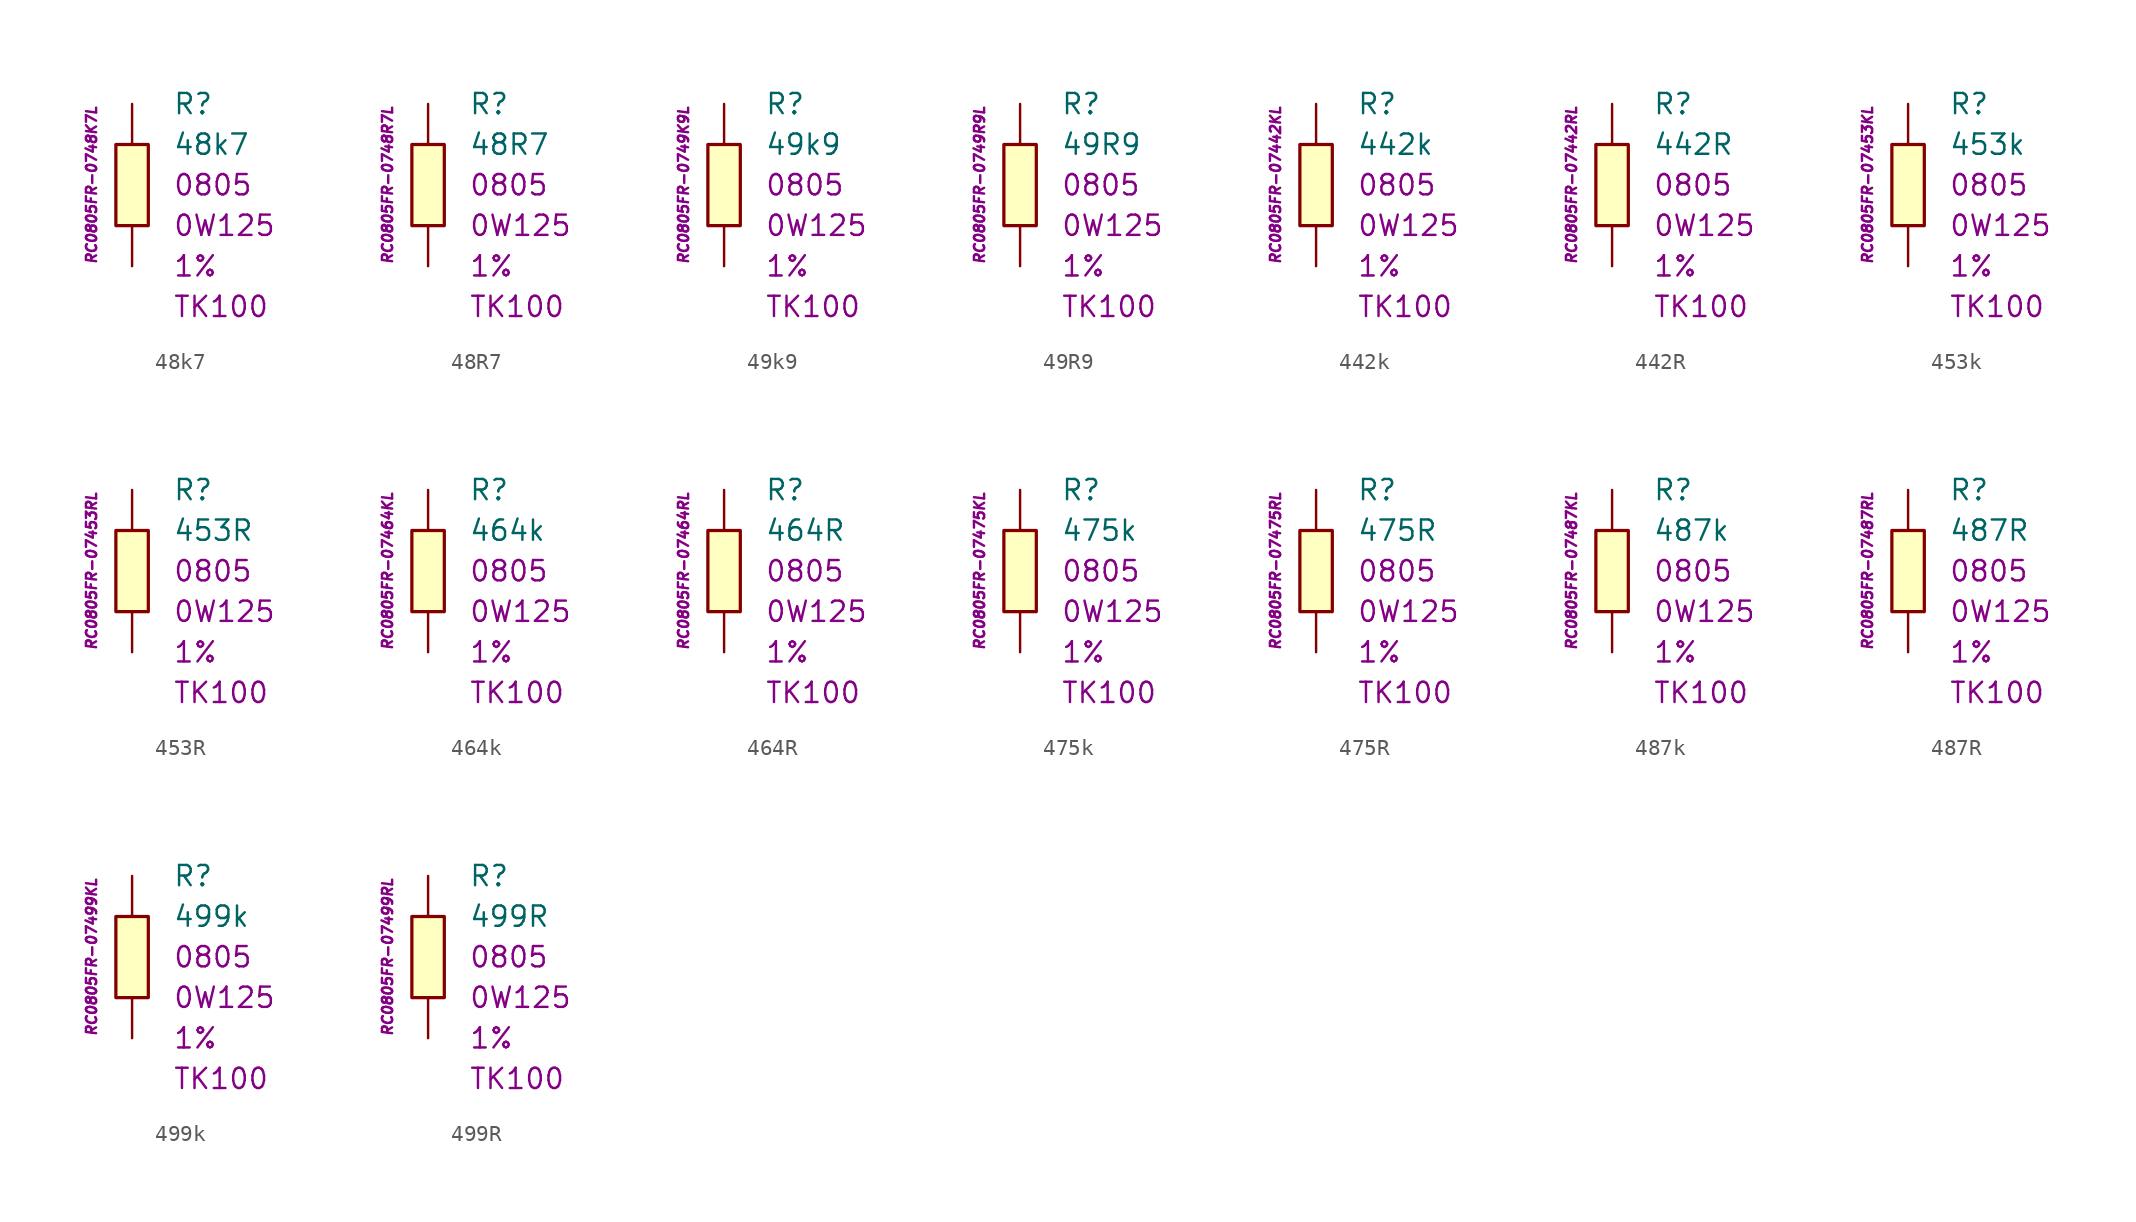
<source format=kicad_sym>
(kicad_symbol_lib
  (version 20201005)
  (generator kicad_symbol_editor)
  (symbol "48k7"
    (pin_numbers hide)
    (pin_names
      (offset 1.016) hide)
    (property "Reference" "R"
      (at 2.54 5.08 0)
      (effects (font (size 1.27 1.27)) (justify left)))
    (property "Value" "48k7"
      (at 2.54 2.54 0)
      (effects (font (size 1.27 1.27)) (justify left)))
    (property "Package" "0805"
      (at 2.54 0 0)
      (effects (font (size 1.27 1.27)) (justify left)))
    (property "Power" "0W125"
      (at 2.54 -2.54 0)
      (effects (font (size 1.27 1.27)) (justify left)))
    (property "Tolerance" "1%"
      (at 2.54 -5.08 0)
      (effects (font (size 1.27 1.27)) (justify left)))
    (property "TK" "TK100"
      (at 2.54 -7.62 0)
      (effects (font (size 1.27 1.27)) (justify left)))
    (property "ID" "RC0805FR-0748K7L"
      (at -2.54 0 90)
      (effects (font (size 0.635 0.635) italic)))
    (symbol "48k7_0_1"
      (rectangle (start -1.016 2.54) (end 1.016 -2.54) (stroke (width 0.203)) (fill (type background))))
    (symbol "48k7_1_1"
      (pin passive line (at 0 5.08 270) (length 2.54) (name "~" (effects (font (size 1.778 1.778)))) (number "1" (effects (font (size 1.778 1.778)))))
      (pin passive line (at 0 -5.08 90) (length 2.54) (name "~" (effects (font (size 1.778 1.778)))) (number "2" (effects (font (size 1.778 1.778)))))))
  (symbol "48R7"
    (pin_numbers hide)
    (pin_names
      (offset 1.016) hide)
    (property "Reference" "R"
      (at 2.54 5.08 0)
      (effects (font (size 1.27 1.27)) (justify left)))
    (property "Value" "48R7"
      (at 2.54 2.54 0)
      (effects (font (size 1.27 1.27)) (justify left)))
    (property "Package" "0805"
      (at 2.54 0 0)
      (effects (font (size 1.27 1.27)) (justify left)))
    (property "Power" "0W125"
      (at 2.54 -2.54 0)
      (effects (font (size 1.27 1.27)) (justify left)))
    (property "Tolerance" "1%"
      (at 2.54 -5.08 0)
      (effects (font (size 1.27 1.27)) (justify left)))
    (property "TK" "TK100"
      (at 2.54 -7.62 0)
      (effects (font (size 1.27 1.27)) (justify left)))
    (property "ID" "RC0805FR-0748R7L"
      (at -2.54 0 90)
      (effects (font (size 0.635 0.635) italic)))
    (symbol "48R7_0_1"
      (rectangle (start -1.016 2.54) (end 1.016 -2.54) (stroke (width 0.203)) (fill (type background))))
    (symbol "48R7_1_1"
      (pin passive line (at 0 5.08 270) (length 2.54) (name "~" (effects (font (size 1.778 1.778)))) (number "1" (effects (font (size 1.778 1.778)))))
      (pin passive line (at 0 -5.08 90) (length 2.54) (name "~" (effects (font (size 1.778 1.778)))) (number "2" (effects (font (size 1.778 1.778)))))))
  (symbol "49k9"
    (pin_numbers hide)
    (pin_names
      (offset 1.016) hide)
    (property "Reference" "R"
      (at 2.54 5.08 0)
      (effects (font (size 1.27 1.27)) (justify left)))
    (property "Value" "49k9"
      (at 2.54 2.54 0)
      (effects (font (size 1.27 1.27)) (justify left)))
    (property "Package" "0805"
      (at 2.54 0 0)
      (effects (font (size 1.27 1.27)) (justify left)))
    (property "Power" "0W125"
      (at 2.54 -2.54 0)
      (effects (font (size 1.27 1.27)) (justify left)))
    (property "Tolerance" "1%"
      (at 2.54 -5.08 0)
      (effects (font (size 1.27 1.27)) (justify left)))
    (property "TK" "TK100"
      (at 2.54 -7.62 0)
      (effects (font (size 1.27 1.27)) (justify left)))
    (property "ID" "RC0805FR-0749K9L"
      (at -2.54 0 90)
      (effects (font (size 0.635 0.635) italic)))
    (symbol "49k9_0_1"
      (rectangle (start -1.016 2.54) (end 1.016 -2.54) (stroke (width 0.203)) (fill (type background))))
    (symbol "49k9_1_1"
      (pin passive line (at 0 5.08 270) (length 2.54) (name "~" (effects (font (size 1.778 1.778)))) (number "1" (effects (font (size 1.778 1.778)))))
      (pin passive line (at 0 -5.08 90) (length 2.54) (name "~" (effects (font (size 1.778 1.778)))) (number "2" (effects (font (size 1.778 1.778)))))))
  (symbol "49R9"
    (pin_numbers hide)
    (pin_names
      (offset 1.016) hide)
    (property "Reference" "R"
      (at 2.54 5.08 0)
      (effects (font (size 1.27 1.27)) (justify left)))
    (property "Value" "49R9"
      (at 2.54 2.54 0)
      (effects (font (size 1.27 1.27)) (justify left)))
    (property "Package" "0805"
      (at 2.54 0 0)
      (effects (font (size 1.27 1.27)) (justify left)))
    (property "Power" "0W125"
      (at 2.54 -2.54 0)
      (effects (font (size 1.27 1.27)) (justify left)))
    (property "Tolerance" "1%"
      (at 2.54 -5.08 0)
      (effects (font (size 1.27 1.27)) (justify left)))
    (property "TK" "TK100"
      (at 2.54 -7.62 0)
      (effects (font (size 1.27 1.27)) (justify left)))
    (property "ID" "RC0805FR-0749R9L"
      (at -2.54 0 90)
      (effects (font (size 0.635 0.635) italic)))
    (symbol "49R9_0_1"
      (rectangle (start -1.016 2.54) (end 1.016 -2.54) (stroke (width 0.203)) (fill (type background))))
    (symbol "49R9_1_1"
      (pin passive line (at 0 5.08 270) (length 2.54) (name "~" (effects (font (size 1.778 1.778)))) (number "1" (effects (font (size 1.778 1.778)))))
      (pin passive line (at 0 -5.08 90) (length 2.54) (name "~" (effects (font (size 1.778 1.778)))) (number "2" (effects (font (size 1.778 1.778)))))))
  (symbol "442k"
    (pin_numbers hide)
    (pin_names
      (offset 1.016) hide)
    (property "Reference" "R"
      (at 2.54 5.08 0)
      (effects (font (size 1.27 1.27)) (justify left)))
    (property "Value" "442k"
      (at 2.54 2.54 0)
      (effects (font (size 1.27 1.27)) (justify left)))
    (property "Package" "0805"
      (at 2.54 0 0)
      (effects (font (size 1.27 1.27)) (justify left)))
    (property "Power" "0W125"
      (at 2.54 -2.54 0)
      (effects (font (size 1.27 1.27)) (justify left)))
    (property "Tolerance" "1%"
      (at 2.54 -5.08 0)
      (effects (font (size 1.27 1.27)) (justify left)))
    (property "TK" "TK100"
      (at 2.54 -7.62 0)
      (effects (font (size 1.27 1.27)) (justify left)))
    (property "ID" "RC0805FR-07442KL"
      (at -2.54 0 90)
      (effects (font (size 0.635 0.635) italic)))
    (symbol "442k_0_1"
      (rectangle (start -1.016 2.54) (end 1.016 -2.54) (stroke (width 0.203)) (fill (type background))))
    (symbol "442k_1_1"
      (pin passive line (at 0 5.08 270) (length 2.54) (name "~" (effects (font (size 1.778 1.778)))) (number "1" (effects (font (size 1.778 1.778)))))
      (pin passive line (at 0 -5.08 90) (length 2.54) (name "~" (effects (font (size 1.778 1.778)))) (number "2" (effects (font (size 1.778 1.778)))))))
  (symbol "442R"
    (pin_numbers hide)
    (pin_names
      (offset 1.016) hide)
    (property "Reference" "R"
      (at 2.54 5.08 0)
      (effects (font (size 1.27 1.27)) (justify left)))
    (property "Value" "442R"
      (at 2.54 2.54 0)
      (effects (font (size 1.27 1.27)) (justify left)))
    (property "Package" "0805"
      (at 2.54 0 0)
      (effects (font (size 1.27 1.27)) (justify left)))
    (property "Power" "0W125"
      (at 2.54 -2.54 0)
      (effects (font (size 1.27 1.27)) (justify left)))
    (property "Tolerance" "1%"
      (at 2.54 -5.08 0)
      (effects (font (size 1.27 1.27)) (justify left)))
    (property "TK" "TK100"
      (at 2.54 -7.62 0)
      (effects (font (size 1.27 1.27)) (justify left)))
    (property "ID" "RC0805FR-07442RL"
      (at -2.54 0 90)
      (effects (font (size 0.635 0.635) italic)))
    (symbol "442R_0_1"
      (rectangle (start -1.016 2.54) (end 1.016 -2.54) (stroke (width 0.203)) (fill (type background))))
    (symbol "442R_1_1"
      (pin passive line (at 0 5.08 270) (length 2.54) (name "~" (effects (font (size 1.778 1.778)))) (number "1" (effects (font (size 1.778 1.778)))))
      (pin passive line (at 0 -5.08 90) (length 2.54) (name "~" (effects (font (size 1.778 1.778)))) (number "2" (effects (font (size 1.778 1.778)))))))
  (symbol "453k"
    (pin_numbers hide)
    (pin_names
      (offset 1.016) hide)
    (property "Reference" "R"
      (at 2.54 5.08 0)
      (effects (font (size 1.27 1.27)) (justify left)))
    (property "Value" "453k"
      (at 2.54 2.54 0)
      (effects (font (size 1.27 1.27)) (justify left)))
    (property "Package" "0805"
      (at 2.54 0 0)
      (effects (font (size 1.27 1.27)) (justify left)))
    (property "Power" "0W125"
      (at 2.54 -2.54 0)
      (effects (font (size 1.27 1.27)) (justify left)))
    (property "Tolerance" "1%"
      (at 2.54 -5.08 0)
      (effects (font (size 1.27 1.27)) (justify left)))
    (property "TK" "TK100"
      (at 2.54 -7.62 0)
      (effects (font (size 1.27 1.27)) (justify left)))
    (property "ID" "RC0805FR-07453KL"
      (at -2.54 0 90)
      (effects (font (size 0.635 0.635) italic)))
    (symbol "453k_0_1"
      (rectangle (start -1.016 2.54) (end 1.016 -2.54) (stroke (width 0.203)) (fill (type background))))
    (symbol "453k_1_1"
      (pin passive line (at 0 5.08 270) (length 2.54) (name "~" (effects (font (size 1.778 1.778)))) (number "1" (effects (font (size 1.778 1.778)))))
      (pin passive line (at 0 -5.08 90) (length 2.54) (name "~" (effects (font (size 1.778 1.778)))) (number "2" (effects (font (size 1.778 1.778)))))))
  (symbol "453R"
    (pin_numbers hide)
    (pin_names
      (offset 1.016) hide)
    (property "Reference" "R"
      (at 2.54 5.08 0)
      (effects (font (size 1.27 1.27)) (justify left)))
    (property "Value" "453R"
      (at 2.54 2.54 0)
      (effects (font (size 1.27 1.27)) (justify left)))
    (property "Package" "0805"
      (at 2.54 0 0)
      (effects (font (size 1.27 1.27)) (justify left)))
    (property "Power" "0W125"
      (at 2.54 -2.54 0)
      (effects (font (size 1.27 1.27)) (justify left)))
    (property "Tolerance" "1%"
      (at 2.54 -5.08 0)
      (effects (font (size 1.27 1.27)) (justify left)))
    (property "TK" "TK100"
      (at 2.54 -7.62 0)
      (effects (font (size 1.27 1.27)) (justify left)))
    (property "ID" "RC0805FR-07453RL"
      (at -2.54 0 90)
      (effects (font (size 0.635 0.635) italic)))
    (symbol "453R_0_1"
      (rectangle (start -1.016 2.54) (end 1.016 -2.54) (stroke (width 0.203)) (fill (type background))))
    (symbol "453R_1_1"
      (pin passive line (at 0 5.08 270) (length 2.54) (name "~" (effects (font (size 1.778 1.778)))) (number "1" (effects (font (size 1.778 1.778)))))
      (pin passive line (at 0 -5.08 90) (length 2.54) (name "~" (effects (font (size 1.778 1.778)))) (number "2" (effects (font (size 1.778 1.778)))))))
  (symbol "464k"
    (pin_numbers hide)
    (pin_names
      (offset 1.016) hide)
    (property "Reference" "R"
      (at 2.54 5.08 0)
      (effects (font (size 1.27 1.27)) (justify left)))
    (property "Value" "464k"
      (at 2.54 2.54 0)
      (effects (font (size 1.27 1.27)) (justify left)))
    (property "Package" "0805"
      (at 2.54 0 0)
      (effects (font (size 1.27 1.27)) (justify left)))
    (property "Power" "0W125"
      (at 2.54 -2.54 0)
      (effects (font (size 1.27 1.27)) (justify left)))
    (property "Tolerance" "1%"
      (at 2.54 -5.08 0)
      (effects (font (size 1.27 1.27)) (justify left)))
    (property "TK" "TK100"
      (at 2.54 -7.62 0)
      (effects (font (size 1.27 1.27)) (justify left)))
    (property "ID" "RC0805FR-07464KL"
      (at -2.54 0 90)
      (effects (font (size 0.635 0.635) italic)))
    (symbol "464k_0_1"
      (rectangle (start -1.016 2.54) (end 1.016 -2.54) (stroke (width 0.203)) (fill (type background))))
    (symbol "464k_1_1"
      (pin passive line (at 0 5.08 270) (length 2.54) (name "~" (effects (font (size 1.778 1.778)))) (number "1" (effects (font (size 1.778 1.778)))))
      (pin passive line (at 0 -5.08 90) (length 2.54) (name "~" (effects (font (size 1.778 1.778)))) (number "2" (effects (font (size 1.778 1.778)))))))
  (symbol "464R"
    (pin_numbers hide)
    (pin_names
      (offset 1.016) hide)
    (property "Reference" "R"
      (at 2.54 5.08 0)
      (effects (font (size 1.27 1.27)) (justify left)))
    (property "Value" "464R"
      (at 2.54 2.54 0)
      (effects (font (size 1.27 1.27)) (justify left)))
    (property "Package" "0805"
      (at 2.54 0 0)
      (effects (font (size 1.27 1.27)) (justify left)))
    (property "Power" "0W125"
      (at 2.54 -2.54 0)
      (effects (font (size 1.27 1.27)) (justify left)))
    (property "Tolerance" "1%"
      (at 2.54 -5.08 0)
      (effects (font (size 1.27 1.27)) (justify left)))
    (property "TK" "TK100"
      (at 2.54 -7.62 0)
      (effects (font (size 1.27 1.27)) (justify left)))
    (property "ID" "RC0805FR-07464RL"
      (at -2.54 0 90)
      (effects (font (size 0.635 0.635) italic)))
    (symbol "464R_0_1"
      (rectangle (start -1.016 2.54) (end 1.016 -2.54) (stroke (width 0.203)) (fill (type background))))
    (symbol "464R_1_1"
      (pin passive line (at 0 5.08 270) (length 2.54) (name "~" (effects (font (size 1.778 1.778)))) (number "1" (effects (font (size 1.778 1.778)))))
      (pin passive line (at 0 -5.08 90) (length 2.54) (name "~" (effects (font (size 1.778 1.778)))) (number "2" (effects (font (size 1.778 1.778)))))))
  (symbol "475k"
    (pin_numbers hide)
    (pin_names
      (offset 1.016) hide)
    (property "Reference" "R"
      (at 2.54 5.08 0)
      (effects (font (size 1.27 1.27)) (justify left)))
    (property "Value" "475k"
      (at 2.54 2.54 0)
      (effects (font (size 1.27 1.27)) (justify left)))
    (property "Package" "0805"
      (at 2.54 0 0)
      (effects (font (size 1.27 1.27)) (justify left)))
    (property "Power" "0W125"
      (at 2.54 -2.54 0)
      (effects (font (size 1.27 1.27)) (justify left)))
    (property "Tolerance" "1%"
      (at 2.54 -5.08 0)
      (effects (font (size 1.27 1.27)) (justify left)))
    (property "TK" "TK100"
      (at 2.54 -7.62 0)
      (effects (font (size 1.27 1.27)) (justify left)))
    (property "ID" "RC0805FR-07475KL"
      (at -2.54 0 90)
      (effects (font (size 0.635 0.635) italic)))
    (symbol "475k_0_1"
      (rectangle (start -1.016 2.54) (end 1.016 -2.54) (stroke (width 0.203)) (fill (type background))))
    (symbol "475k_1_1"
      (pin passive line (at 0 5.08 270) (length 2.54) (name "~" (effects (font (size 1.778 1.778)))) (number "1" (effects (font (size 1.778 1.778)))))
      (pin passive line (at 0 -5.08 90) (length 2.54) (name "~" (effects (font (size 1.778 1.778)))) (number "2" (effects (font (size 1.778 1.778)))))))
  (symbol "475R"
    (pin_numbers hide)
    (pin_names
      (offset 1.016) hide)
    (property "Reference" "R"
      (at 2.54 5.08 0)
      (effects (font (size 1.27 1.27)) (justify left)))
    (property "Value" "475R"
      (at 2.54 2.54 0)
      (effects (font (size 1.27 1.27)) (justify left)))
    (property "Package" "0805"
      (at 2.54 0 0)
      (effects (font (size 1.27 1.27)) (justify left)))
    (property "Power" "0W125"
      (at 2.54 -2.54 0)
      (effects (font (size 1.27 1.27)) (justify left)))
    (property "Tolerance" "1%"
      (at 2.54 -5.08 0)
      (effects (font (size 1.27 1.27)) (justify left)))
    (property "TK" "TK100"
      (at 2.54 -7.62 0)
      (effects (font (size 1.27 1.27)) (justify left)))
    (property "ID" "RC0805FR-07475RL"
      (at -2.54 0 90)
      (effects (font (size 0.635 0.635) italic)))
    (symbol "475R_0_1"
      (rectangle (start -1.016 2.54) (end 1.016 -2.54) (stroke (width 0.203)) (fill (type background))))
    (symbol "475R_1_1"
      (pin passive line (at 0 5.08 270) (length 2.54) (name "~" (effects (font (size 1.778 1.778)))) (number "1" (effects (font (size 1.778 1.778)))))
      (pin passive line (at 0 -5.08 90) (length 2.54) (name "~" (effects (font (size 1.778 1.778)))) (number "2" (effects (font (size 1.778 1.778)))))))
  (symbol "487k"
    (pin_numbers hide)
    (pin_names
      (offset 1.016) hide)
    (property "Reference" "R"
      (at 2.54 5.08 0)
      (effects (font (size 1.27 1.27)) (justify left)))
    (property "Value" "487k"
      (at 2.54 2.54 0)
      (effects (font (size 1.27 1.27)) (justify left)))
    (property "Package" "0805"
      (at 2.54 0 0)
      (effects (font (size 1.27 1.27)) (justify left)))
    (property "Power" "0W125"
      (at 2.54 -2.54 0)
      (effects (font (size 1.27 1.27)) (justify left)))
    (property "Tolerance" "1%"
      (at 2.54 -5.08 0)
      (effects (font (size 1.27 1.27)) (justify left)))
    (property "TK" "TK100"
      (at 2.54 -7.62 0)
      (effects (font (size 1.27 1.27)) (justify left)))
    (property "ID" "RC0805FR-07487KL"
      (at -2.54 0 90)
      (effects (font (size 0.635 0.635) italic)))
    (symbol "487k_0_1"
      (rectangle (start -1.016 2.54) (end 1.016 -2.54) (stroke (width 0.203)) (fill (type background))))
    (symbol "487k_1_1"
      (pin passive line (at 0 5.08 270) (length 2.54) (name "~" (effects (font (size 1.778 1.778)))) (number "1" (effects (font (size 1.778 1.778)))))
      (pin passive line (at 0 -5.08 90) (length 2.54) (name "~" (effects (font (size 1.778 1.778)))) (number "2" (effects (font (size 1.778 1.778)))))))
  (symbol "487R"
    (pin_numbers hide)
    (pin_names
      (offset 1.016) hide)
    (property "Reference" "R"
      (at 2.54 5.08 0)
      (effects (font (size 1.27 1.27)) (justify left)))
    (property "Value" "487R"
      (at 2.54 2.54 0)
      (effects (font (size 1.27 1.27)) (justify left)))
    (property "Package" "0805"
      (at 2.54 0 0)
      (effects (font (size 1.27 1.27)) (justify left)))
    (property "Power" "0W125"
      (at 2.54 -2.54 0)
      (effects (font (size 1.27 1.27)) (justify left)))
    (property "Tolerance" "1%"
      (at 2.54 -5.08 0)
      (effects (font (size 1.27 1.27)) (justify left)))
    (property "TK" "TK100"
      (at 2.54 -7.62 0)
      (effects (font (size 1.27 1.27)) (justify left)))
    (property "ID" "RC0805FR-07487RL"
      (at -2.54 0 90)
      (effects (font (size 0.635 0.635) italic)))
    (symbol "487R_0_1"
      (rectangle (start -1.016 2.54) (end 1.016 -2.54) (stroke (width 0.203)) (fill (type background))))
    (symbol "487R_1_1"
      (pin passive line (at 0 5.08 270) (length 2.54) (name "~" (effects (font (size 1.778 1.778)))) (number "1" (effects (font (size 1.778 1.778)))))
      (pin passive line (at 0 -5.08 90) (length 2.54) (name "~" (effects (font (size 1.778 1.778)))) (number "2" (effects (font (size 1.778 1.778)))))))
  (symbol "499k"
    (pin_numbers hide)
    (pin_names
      (offset 1.016) hide)
    (property "Reference" "R"
      (at 2.54 5.08 0)
      (effects (font (size 1.27 1.27)) (justify left)))
    (property "Value" "499k"
      (at 2.54 2.54 0)
      (effects (font (size 1.27 1.27)) (justify left)))
    (property "Package" "0805"
      (at 2.54 0 0)
      (effects (font (size 1.27 1.27)) (justify left)))
    (property "Power" "0W125"
      (at 2.54 -2.54 0)
      (effects (font (size 1.27 1.27)) (justify left)))
    (property "Tolerance" "1%"
      (at 2.54 -5.08 0)
      (effects (font (size 1.27 1.27)) (justify left)))
    (property "TK" "TK100"
      (at 2.54 -7.62 0)
      (effects (font (size 1.27 1.27)) (justify left)))
    (property "ID" "RC0805FR-07499KL"
      (at -2.54 0 90)
      (effects (font (size 0.635 0.635) italic)))
    (symbol "499k_0_1"
      (rectangle (start -1.016 2.54) (end 1.016 -2.54) (stroke (width 0.203)) (fill (type background))))
    (symbol "499k_1_1"
      (pin passive line (at 0 5.08 270) (length 2.54) (name "~" (effects (font (size 1.778 1.778)))) (number "1" (effects (font (size 1.778 1.778)))))
      (pin passive line (at 0 -5.08 90) (length 2.54) (name "~" (effects (font (size 1.778 1.778)))) (number "2" (effects (font (size 1.778 1.778)))))))
  (symbol "499R"
    (pin_numbers hide)
    (pin_names
      (offset 1.016) hide)
    (property "Reference" "R"
      (at 2.54 5.08 0)
      (effects (font (size 1.27 1.27)) (justify left)))
    (property "Value" "499R"
      (at 2.54 2.54 0)
      (effects (font (size 1.27 1.27)) (justify left)))
    (property "Package" "0805"
      (at 2.54 0 0)
      (effects (font (size 1.27 1.27)) (justify left)))
    (property "Power" "0W125"
      (at 2.54 -2.54 0)
      (effects (font (size 1.27 1.27)) (justify left)))
    (property "Tolerance" "1%"
      (at 2.54 -5.08 0)
      (effects (font (size 1.27 1.27)) (justify left)))
    (property "TK" "TK100"
      (at 2.54 -7.62 0)
      (effects (font (size 1.27 1.27)) (justify left)))
    (property "ID" "RC0805FR-07499RL"
      (at -2.54 0 90)
      (effects (font (size 0.635 0.635) italic)))
    (symbol "499R_0_1"
      (rectangle (start -1.016 2.54) (end 1.016 -2.54) (stroke (width 0.203)) (fill (type background))))
    (symbol "499R_1_1"
      (pin passive line (at 0 5.08 270) (length 2.54) (name "~" (effects (font (size 1.778 1.778)))) (number "1" (effects (font (size 1.778 1.778)))))
      (pin passive line (at 0 -5.08 90) (length 2.54) (name "~" (effects (font (size 1.778 1.778)))) (number "2" (effects (font (size 1.778 1.778))))))))
</source>
